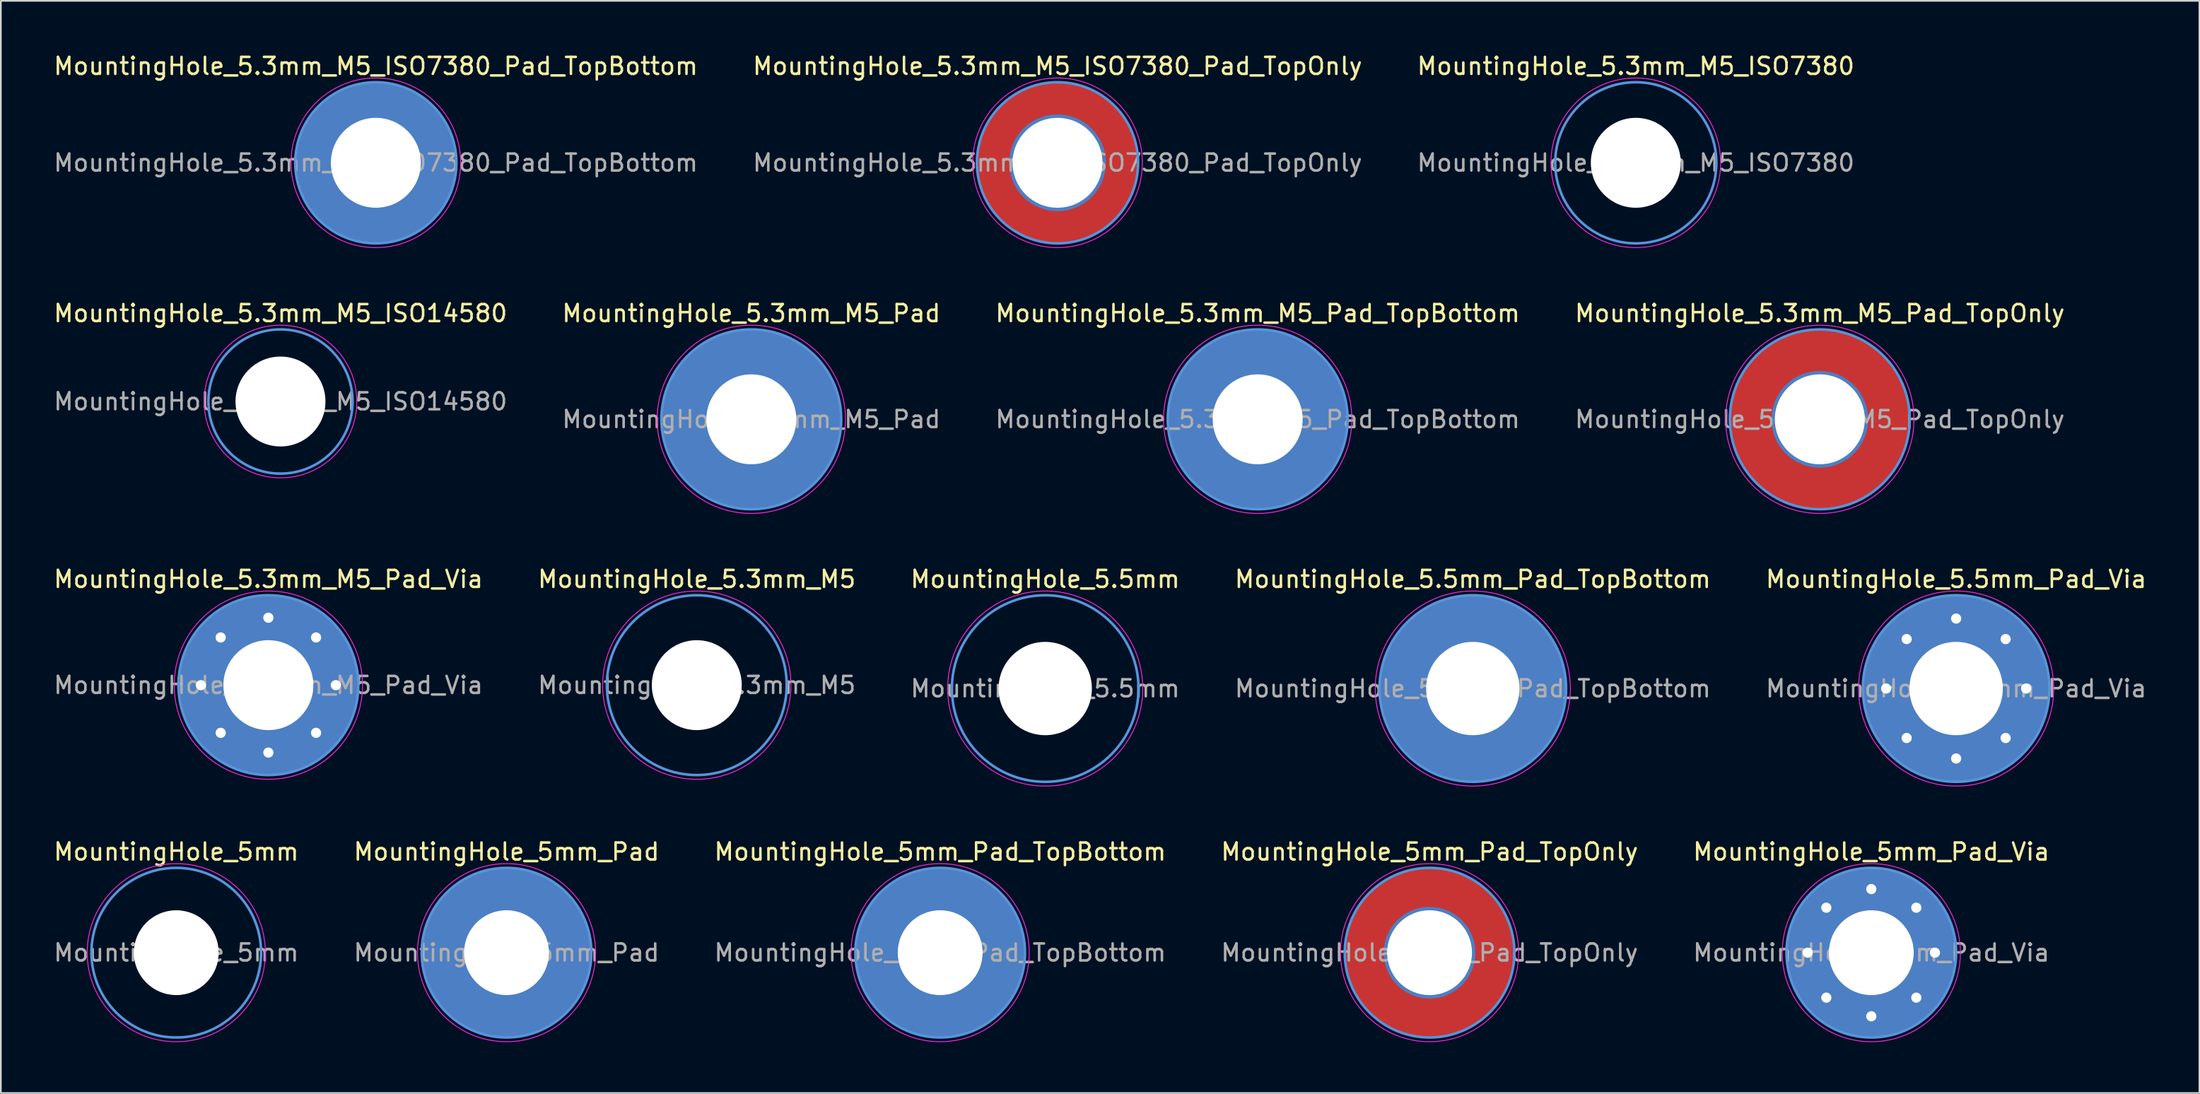
<source format=kicad_pcb>
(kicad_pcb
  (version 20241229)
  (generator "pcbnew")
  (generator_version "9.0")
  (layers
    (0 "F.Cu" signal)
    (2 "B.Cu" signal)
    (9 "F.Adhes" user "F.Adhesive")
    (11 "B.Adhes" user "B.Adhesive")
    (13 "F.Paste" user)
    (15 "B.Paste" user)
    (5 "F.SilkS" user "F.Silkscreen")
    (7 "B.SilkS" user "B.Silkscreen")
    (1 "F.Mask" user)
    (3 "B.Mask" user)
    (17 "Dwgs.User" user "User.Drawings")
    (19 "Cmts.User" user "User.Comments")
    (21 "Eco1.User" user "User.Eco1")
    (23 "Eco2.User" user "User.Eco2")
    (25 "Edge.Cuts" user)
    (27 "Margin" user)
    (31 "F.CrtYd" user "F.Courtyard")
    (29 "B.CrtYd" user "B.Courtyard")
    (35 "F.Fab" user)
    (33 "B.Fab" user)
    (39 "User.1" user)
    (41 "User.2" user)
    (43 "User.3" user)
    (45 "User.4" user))
  (footprint "MountingHole_5mm"
    (layer "F.Cu")
    (at 7.339 53.118)
    (property "Reference" "MountingHole_5mm" (at 0 -5.95 0) (layer "F.SilkS") (effects (font (size 1 1) (thickness 0.15))))
    (attr exclude_from_pos_files exclude_from_bom)
    (fp_circle (center 0 0) (end 5 0) (stroke (width 0.15) (type solid)) (fill no) (layer "Cmts.User"))
    (fp_circle (center 0 0) (end 5.25 0) (stroke (width 0.05) (type solid)) (fill no) (layer "F.CrtYd"))
    (fp_text user "${REFERENCE}" (at 0 0 0) (layer "F.Fab") (effects (font (size 1 1) (thickness 0.15))))
    (pad "" np_thru_hole circle (at 0 0) (size 5 5) (drill 5) (layers "*.Cu" "*.Mask")))
  (footprint "MountingHole_5.3mm_M5_ISO7380"
    (layer "F.Cu")
    (at 93.363 6.548)
    (property "Reference" "MountingHole_5.3mm_M5_ISO7380" (at 0 -5.7 0) (layer "F.SilkS") (effects (font (size 1 1) (thickness 0.15))))
    (attr exclude_from_pos_files exclude_from_bom)
    (fp_circle (center 0 0) (end 4.75 0) (stroke (width 0.15) (type solid)) (fill no) (layer "Cmts.User"))
    (fp_circle (center 0 0) (end 5 0) (stroke (width 0.05) (type solid)) (fill no) (layer "F.CrtYd"))
    (fp_text user "${REFERENCE}" (at 0 0 0) (layer "F.Fab") (effects (font (size 1 1) (thickness 0.15))))
    (pad "" np_thru_hole circle (at 0 0) (size 5.3 5.3) (drill 5.3) (layers "*.Cu" "*.Mask")))
  (footprint "MountingHole_5.5mm_Pad_TopBottom"
    (layer "F.Cu")
    (at 83.756 37.545)
    (property "Reference" "MountingHole_5.5mm_Pad_TopBottom" (at 0 -6.45 0) (layer "F.SilkS") (effects (font (size 1 1) (thickness 0.15))))
    (attr exclude_from_pos_files exclude_from_bom)
    (fp_circle (center 0 0) (end 5.5 0) (stroke (width 0.15) (type solid)) (fill no) (layer "Cmts.User"))
    (fp_circle (center 0 0) (end 5.75 0) (stroke (width 0.05) (type solid)) (fill no) (layer "F.CrtYd"))
    (fp_text user "${REFERENCE}" (at 0 0 0) (layer "F.Fab") (effects (font (size 1 1) (thickness 0.15))))
    (pad "1" thru_hole circle (at 0 0) (size 5.9 5.9) (drill 5.5) (layers "*.Cu" "*.Mask"))
    (pad "1" connect circle (at 0 0) (size 11 11) (layers "F.Cu" "F.Mask"))
    (pad "1" connect circle (at 0 0) (size 11 11) (layers "B.Cu" "B.Mask")))
  (footprint "MountingHole_5.3mm_M5_ISO7380_Pad_TopBottom"
    (layer "F.Cu")
    (at 19.101 6.548)
    (property "Reference" "MountingHole_5.3mm_M5_ISO7380_Pad_TopBottom" (at 0 -5.7 0) (layer "F.SilkS") (effects (font (size 1 1) (thickness 0.15))))
    (attr exclude_from_pos_files exclude_from_bom)
    (fp_circle (center 0 0) (end 4.75 0) (stroke (width 0.15) (type solid)) (fill no) (layer "Cmts.User"))
    (fp_circle (center 0 0) (end 5 0) (stroke (width 0.05) (type solid)) (fill no) (layer "F.CrtYd"))
    (fp_text user "${REFERENCE}" (at 0 0 0) (layer "F.Fab") (effects (font (size 1 1) (thickness 0.15))))
    (pad "1" thru_hole circle (at 0 0) (size 5.7 5.7) (drill 5.3) (layers "*.Cu" "*.Mask"))
    (pad "1" connect circle (at 0 0) (size 9.5 9.5) (layers "F.Cu" "F.Mask"))
    (pad "1" connect circle (at 0 0) (size 9.5 9.5) (layers "B.Cu" "B.Mask")))
  (footprint "MountingHole_5.5mm"
    (layer "F.Cu")
    (at 58.554 37.545)
    (property "Reference" "MountingHole_5.5mm" (at 0 -6.45 0) (layer "F.SilkS") (effects (font (size 1 1) (thickness 0.15))))
    (attr exclude_from_pos_files exclude_from_bom)
    (fp_circle (center 0 0) (end 5.5 0) (stroke (width 0.15) (type solid)) (fill no) (layer "Cmts.User"))
    (fp_circle (center 0 0) (end 5.75 0) (stroke (width 0.05) (type solid)) (fill no) (layer "F.CrtYd"))
    (fp_text user "${REFERENCE}" (at 0 0 0) (layer "F.Fab") (effects (font (size 1 1) (thickness 0.15))))
    (pad "" np_thru_hole circle (at 0 0) (size 5.5 5.5) (drill 5.5) (layers "*.Cu" "*.Mask")))
  (footprint "MountingHole_5.3mm_M5_Pad"
    (layer "F.Cu")
    (at 41.232 21.672)
    (property "Reference" "MountingHole_5.3mm_M5_Pad" (at 0 -6.25 0) (layer "F.SilkS") (effects (font (size 1 1) (thickness 0.15))))
    (attr exclude_from_pos_files exclude_from_bom)
    (fp_circle (center 0 0) (end 5.3 0) (stroke (width 0.15) (type solid)) (fill no) (layer "Cmts.User"))
    (fp_circle (center 0 0) (end 5.55 0) (stroke (width 0.05) (type solid)) (fill no) (layer "F.CrtYd"))
    (fp_text user "${REFERENCE}" (at 0 0 0) (layer "F.Fab") (effects (font (size 1 1) (thickness 0.15))))
    (pad "1" thru_hole circle (at 0 0) (size 10.6 10.6) (drill 5.3) (layers "*.Cu" "*.Mask")))
  (footprint "MountingHole_5.3mm_M5_ISO7380_Pad_TopOnly"
    (layer "F.Cu")
    (at 59.28 6.548)
    (property "Reference" "MountingHole_5.3mm_M5_ISO7380_Pad_TopOnly" (at 0 -5.7 0) (layer "F.SilkS") (effects (font (size 1 1) (thickness 0.15))))
    (attr exclude_from_pos_files exclude_from_bom)
    (fp_circle (center 0 0) (end 4.75 0) (stroke (width 0.15) (type solid)) (fill no) (layer "Cmts.User"))
    (fp_circle (center 0 0) (end 5 0) (stroke (width 0.05) (type solid)) (fill no) (layer "F.CrtYd"))
    (fp_text user "${REFERENCE}" (at 0 0 0) (layer "F.Fab") (effects (font (size 1 1) (thickness 0.15))))
    (pad "1" thru_hole circle (at 0 0) (size 5.7 5.7) (drill 5.3) (layers "*.Cu" "*.Mask"))
    (pad "1" connect circle (at 0 0) (size 9.5 9.5) (layers "F.Cu" "F.Mask")))
  (footprint "MountingHole_5.3mm_M5_Pad_Via"
    (layer "F.Cu")
    (at 12.768 37.345)
    (property "Reference" "MountingHole_5.3mm_M5_Pad_Via" (at 0 -6.25 0) (layer "F.SilkS") (effects (font (size 1 1) (thickness 0.15))))
    (attr exclude_from_pos_files exclude_from_bom)
    (fp_circle (center 0 0) (end 5.3 0) (stroke (width 0.15) (type solid)) (fill no) (layer "Cmts.User"))
    (fp_circle (center 0 0) (end 5.55 0) (stroke (width 0.05) (type solid)) (fill no) (layer "F.CrtYd"))
    (fp_text user "${REFERENCE}" (at 0 0 0) (layer "F.Fab") (effects (font (size 1 1) (thickness 0.15))))
    (pad "1" thru_hole circle (at -3.975 0) (size 0.9 0.9) (drill 0.6) (layers "*.Cu" "*.Mask"))
    (pad "1" thru_hole circle (at -2.811 -2.811) (size 0.9 0.9) (drill 0.6) (layers "*.Cu" "*.Mask"))
    (pad "1" thru_hole circle (at -2.811 2.811) (size 0.9 0.9) (drill 0.6) (layers "*.Cu" "*.Mask"))
    (pad "1" thru_hole circle (at 0 -3.975) (size 0.9 0.9) (drill 0.6) (layers "*.Cu" "*.Mask"))
    (pad "1" thru_hole circle (at 0 0) (size 10.6 10.6) (drill 5.3) (layers "*.Cu" "*.Mask"))
    (pad "1" thru_hole circle (at 0 3.975) (size 0.9 0.9) (drill 0.6) (layers "*.Cu" "*.Mask"))
    (pad "1" thru_hole circle (at 2.811 -2.811) (size 0.9 0.9) (drill 0.6) (layers "*.Cu" "*.Mask"))
    (pad "1" thru_hole circle (at 2.811 2.811) (size 0.9 0.9) (drill 0.6) (layers "*.Cu" "*.Mask"))
    (pad "1" thru_hole circle (at 3.975 0) (size 0.9 0.9) (drill 0.6) (layers "*.Cu" "*.Mask")))
  (footprint "MountingHole_5mm_Pad_TopOnly"
    (layer "F.Cu")
    (at 81.208 53.118)
    (property "Reference" "MountingHole_5mm_Pad_TopOnly" (at 0 -5.95 0) (layer "F.SilkS") (effects (font (size 1 1) (thickness 0.15))))
    (attr exclude_from_pos_files exclude_from_bom)
    (fp_circle (center 0 0) (end 5 0) (stroke (width 0.15) (type solid)) (fill no) (layer "Cmts.User"))
    (fp_circle (center 0 0) (end 5.25 0) (stroke (width 0.05) (type solid)) (fill no) (layer "F.CrtYd"))
    (fp_text user "${REFERENCE}" (at 0 0 0) (layer "F.Fab") (effects (font (size 1 1) (thickness 0.15))))
    (pad "1" thru_hole circle (at 0 0) (size 5.4 5.4) (drill 5) (layers "*.Cu" "*.Mask"))
    (pad "1" connect circle (at 0 0) (size 10 10) (layers "F.Cu" "F.Mask")))
  (footprint "MountingHole_5mm_Pad_Via"
    (layer "F.Cu")
    (at 107.244 53.118)
    (property "Reference" "MountingHole_5mm_Pad_Via" (at 0 -5.95 0) (layer "F.SilkS") (effects (font (size 1 1) (thickness 0.15))))
    (attr exclude_from_pos_files exclude_from_bom)
    (fp_circle (center 0 0) (end 5 0) (stroke (width 0.15) (type solid)) (fill no) (layer "Cmts.User"))
    (fp_circle (center 0 0) (end 5.25 0) (stroke (width 0.05) (type solid)) (fill no) (layer "F.CrtYd"))
    (fp_text user "${REFERENCE}" (at 0 0 0) (layer "F.Fab") (effects (font (size 1 1) (thickness 0.15))))
    (pad "1" thru_hole circle (at -3.75 0) (size 0.9 0.9) (drill 0.6) (layers "*.Cu" "*.Mask"))
    (pad "1" thru_hole circle (at -2.652 -2.652) (size 0.9 0.9) (drill 0.6) (layers "*.Cu" "*.Mask"))
    (pad "1" thru_hole circle (at -2.652 2.652) (size 0.9 0.9) (drill 0.6) (layers "*.Cu" "*.Mask"))
    (pad "1" thru_hole circle (at 0 -3.75) (size 0.9 0.9) (drill 0.6) (layers "*.Cu" "*.Mask"))
    (pad "1" thru_hole circle (at 0 0) (size 10 10) (drill 5) (layers "*.Cu" "*.Mask"))
    (pad "1" thru_hole circle (at 0 3.75) (size 0.9 0.9) (drill 0.6) (layers "*.Cu" "*.Mask"))
    (pad "1" thru_hole circle (at 2.652 -2.652) (size 0.9 0.9) (drill 0.6) (layers "*.Cu" "*.Mask"))
    (pad "1" thru_hole circle (at 2.652 2.652) (size 0.9 0.9) (drill 0.6) (layers "*.Cu" "*.Mask"))
    (pad "1" thru_hole circle (at 3.75 0) (size 0.9 0.9) (drill 0.6) (layers "*.Cu" "*.Mask")))
  (footprint "MountingHole_5.3mm_M5"
    (layer "F.Cu")
    (at 38.018 37.345)
    (property "Reference" "MountingHole_5.3mm_M5" (at 0 -6.25 0) (layer "F.SilkS") (effects (font (size 1 1) (thickness 0.15))))
    (attr exclude_from_pos_files exclude_from_bom)
    (fp_circle (center 0 0) (end 5.3 0) (stroke (width 0.15) (type solid)) (fill no) (layer "Cmts.User"))
    (fp_circle (center 0 0) (end 5.55 0) (stroke (width 0.05) (type solid)) (fill no) (layer "F.CrtYd"))
    (fp_text user "${REFERENCE}" (at 0 0 0) (layer "F.Fab") (effects (font (size 1 1) (thickness 0.15))))
    (pad "" np_thru_hole circle (at 0 0) (size 5.3 5.3) (drill 5.3) (layers "*.Cu" "*.Mask")))
  (footprint "MountingHole_5.3mm_M5_ISO14580"
    (layer "F.Cu")
    (at 13.482 20.622)
    (property "Reference" "MountingHole_5.3mm_M5_ISO14580" (at 0 -5.2 0) (layer "F.SilkS") (effects (font (size 1 1) (thickness 0.15))))
    (attr exclude_from_pos_files exclude_from_bom)
    (fp_circle (center 0 0) (end 4.25 0) (stroke (width 0.15) (type solid)) (fill no) (layer "Cmts.User"))
    (fp_circle (center 0 0) (end 4.5 0) (stroke (width 0.05) (type solid)) (fill no) (layer "F.CrtYd"))
    (fp_text user "${REFERENCE}" (at 0 0 0) (layer "F.Fab") (effects (font (size 1 1) (thickness 0.15))))
    (pad "" np_thru_hole circle (at 0 0) (size 5.3 5.3) (drill 5.3) (layers "*.Cu" "*.Mask")))
  (footprint "MountingHole_5mm_Pad"
    (layer "F.Cu")
    (at 26.804 53.118)
    (property "Reference" "MountingHole_5mm_Pad" (at 0 -5.95 0) (layer "F.SilkS") (effects (font (size 1 1) (thickness 0.15))))
    (attr exclude_from_pos_files exclude_from_bom)
    (fp_circle (center 0 0) (end 5 0) (stroke (width 0.15) (type solid)) (fill no) (layer "Cmts.User"))
    (fp_circle (center 0 0) (end 5.25 0) (stroke (width 0.05) (type solid)) (fill no) (layer "F.CrtYd"))
    (fp_text user "${REFERENCE}" (at 0 0 0) (layer "F.Fab") (effects (font (size 1 1) (thickness 0.15))))
    (pad "1" thru_hole circle (at 0 0) (size 10 10) (drill 5) (layers "*.Cu" "*.Mask")))
  (footprint "MountingHole_5.5mm_Pad_Via"
    (layer "F.Cu")
    (at 112.244 37.545)
    (property "Reference" "MountingHole_5.5mm_Pad_Via" (at 0 -6.45 0) (layer "F.SilkS") (effects (font (size 1 1) (thickness 0.15))))
    (attr exclude_from_pos_files exclude_from_bom)
    (fp_circle (center 0 0) (end 5.5 0) (stroke (width 0.15) (type solid)) (fill no) (layer "Cmts.User"))
    (fp_circle (center 0 0) (end 5.75 0) (stroke (width 0.05) (type solid)) (fill no) (layer "F.CrtYd"))
    (fp_text user "${REFERENCE}" (at 0 0 0) (layer "F.Fab") (effects (font (size 1 1) (thickness 0.15))))
    (pad "1" thru_hole circle (at -4.125 0) (size 0.9 0.9) (drill 0.6) (layers "*.Cu" "*.Mask"))
    (pad "1" thru_hole circle (at -2.917 -2.917) (size 0.9 0.9) (drill 0.6) (layers "*.Cu" "*.Mask"))
    (pad "1" thru_hole circle (at -2.917 2.917) (size 0.9 0.9) (drill 0.6) (layers "*.Cu" "*.Mask"))
    (pad "1" thru_hole circle (at 0 -4.125) (size 0.9 0.9) (drill 0.6) (layers "*.Cu" "*.Mask"))
    (pad "1" thru_hole circle (at 0 0) (size 11 11) (drill 5.5) (layers "*.Cu" "*.Mask"))
    (pad "1" thru_hole circle (at 0 4.125) (size 0.9 0.9) (drill 0.6) (layers "*.Cu" "*.Mask"))
    (pad "1" thru_hole circle (at 2.917 -2.917) (size 0.9 0.9) (drill 0.6) (layers "*.Cu" "*.Mask"))
    (pad "1" thru_hole circle (at 2.917 2.917) (size 0.9 0.9) (drill 0.6) (layers "*.Cu" "*.Mask"))
    (pad "1" thru_hole circle (at 4.125 0) (size 0.9 0.9) (drill 0.6) (layers "*.Cu" "*.Mask")))
  (footprint "MountingHole_5.3mm_M5_Pad_TopBottom"
    (layer "F.Cu")
    (at 71.077 21.672)
    (property "Reference" "MountingHole_5.3mm_M5_Pad_TopBottom" (at 0 -6.25 0) (layer "F.SilkS") (effects (font (size 1 1) (thickness 0.15))))
    (attr exclude_from_pos_files exclude_from_bom)
    (fp_circle (center 0 0) (end 5.3 0) (stroke (width 0.15) (type solid)) (fill no) (layer "Cmts.User"))
    (fp_circle (center 0 0) (end 5.55 0) (stroke (width 0.05) (type solid)) (fill no) (layer "F.CrtYd"))
    (fp_text user "${REFERENCE}" (at 0 0 0) (layer "F.Fab") (effects (font (size 1 1) (thickness 0.15))))
    (pad "1" thru_hole circle (at 0 0) (size 5.7 5.7) (drill 5.3) (layers "*.Cu" "*.Mask"))
    (pad "1" connect circle (at 0 0) (size 10.6 10.6) (layers "F.Cu" "F.Mask"))
    (pad "1" connect circle (at 0 0) (size 10.6 10.6) (layers "B.Cu" "B.Mask")))
  (footprint "MountingHole_5mm_Pad_TopBottom"
    (layer "F.Cu")
    (at 52.363 53.118)
    (property "Reference" "MountingHole_5mm_Pad_TopBottom" (at 0 -5.95 0) (layer "F.SilkS") (effects (font (size 1 1) (thickness 0.15))))
    (attr exclude_from_pos_files exclude_from_bom)
    (fp_circle (center 0 0) (end 5 0) (stroke (width 0.15) (type solid)) (fill no) (layer "Cmts.User"))
    (fp_circle (center 0 0) (end 5.25 0) (stroke (width 0.05) (type solid)) (fill no) (layer "F.CrtYd"))
    (fp_text user "${REFERENCE}" (at 0 0 0) (layer "F.Fab") (effects (font (size 1 1) (thickness 0.15))))
    (pad "1" thru_hole circle (at 0 0) (size 5.4 5.4) (drill 5) (layers "*.Cu" "*.Mask"))
    (pad "1" connect circle (at 0 0) (size 10 10) (layers "F.Cu" "F.Mask"))
    (pad "1" connect circle (at 0 0) (size 10 10) (layers "B.Cu" "B.Mask")))
  (footprint "MountingHole_5.3mm_M5_Pad_TopOnly"
    (layer "F.Cu")
    (at 104.208 21.672)
    (property "Reference" "MountingHole_5.3mm_M5_Pad_TopOnly" (at 0 -6.25 0) (layer "F.SilkS") (effects (font (size 1 1) (thickness 0.15))))
    (attr exclude_from_pos_files exclude_from_bom)
    (fp_circle (center 0 0) (end 5.3 0) (stroke (width 0.15) (type solid)) (fill no) (layer "Cmts.User"))
    (fp_circle (center 0 0) (end 5.55 0) (stroke (width 0.05) (type solid)) (fill no) (layer "F.CrtYd"))
    (fp_text user "${REFERENCE}" (at 0 0 0) (layer "F.Fab") (effects (font (size 1 1) (thickness 0.15))))
    (pad "1" thru_hole circle (at 0 0) (size 5.7 5.7) (drill 5.3) (layers "*.Cu" "*.Mask"))
    (pad "1" connect circle (at 0 0) (size 10.6 10.6) (layers "F.Cu" "F.Mask")))
  (gr_rect
    (start -3 -3)
    (end 126.583 61.393)
    (stroke (width 0.1) (type default))
    (fill no)
    (layer "Edge.Cuts")))
</source>
